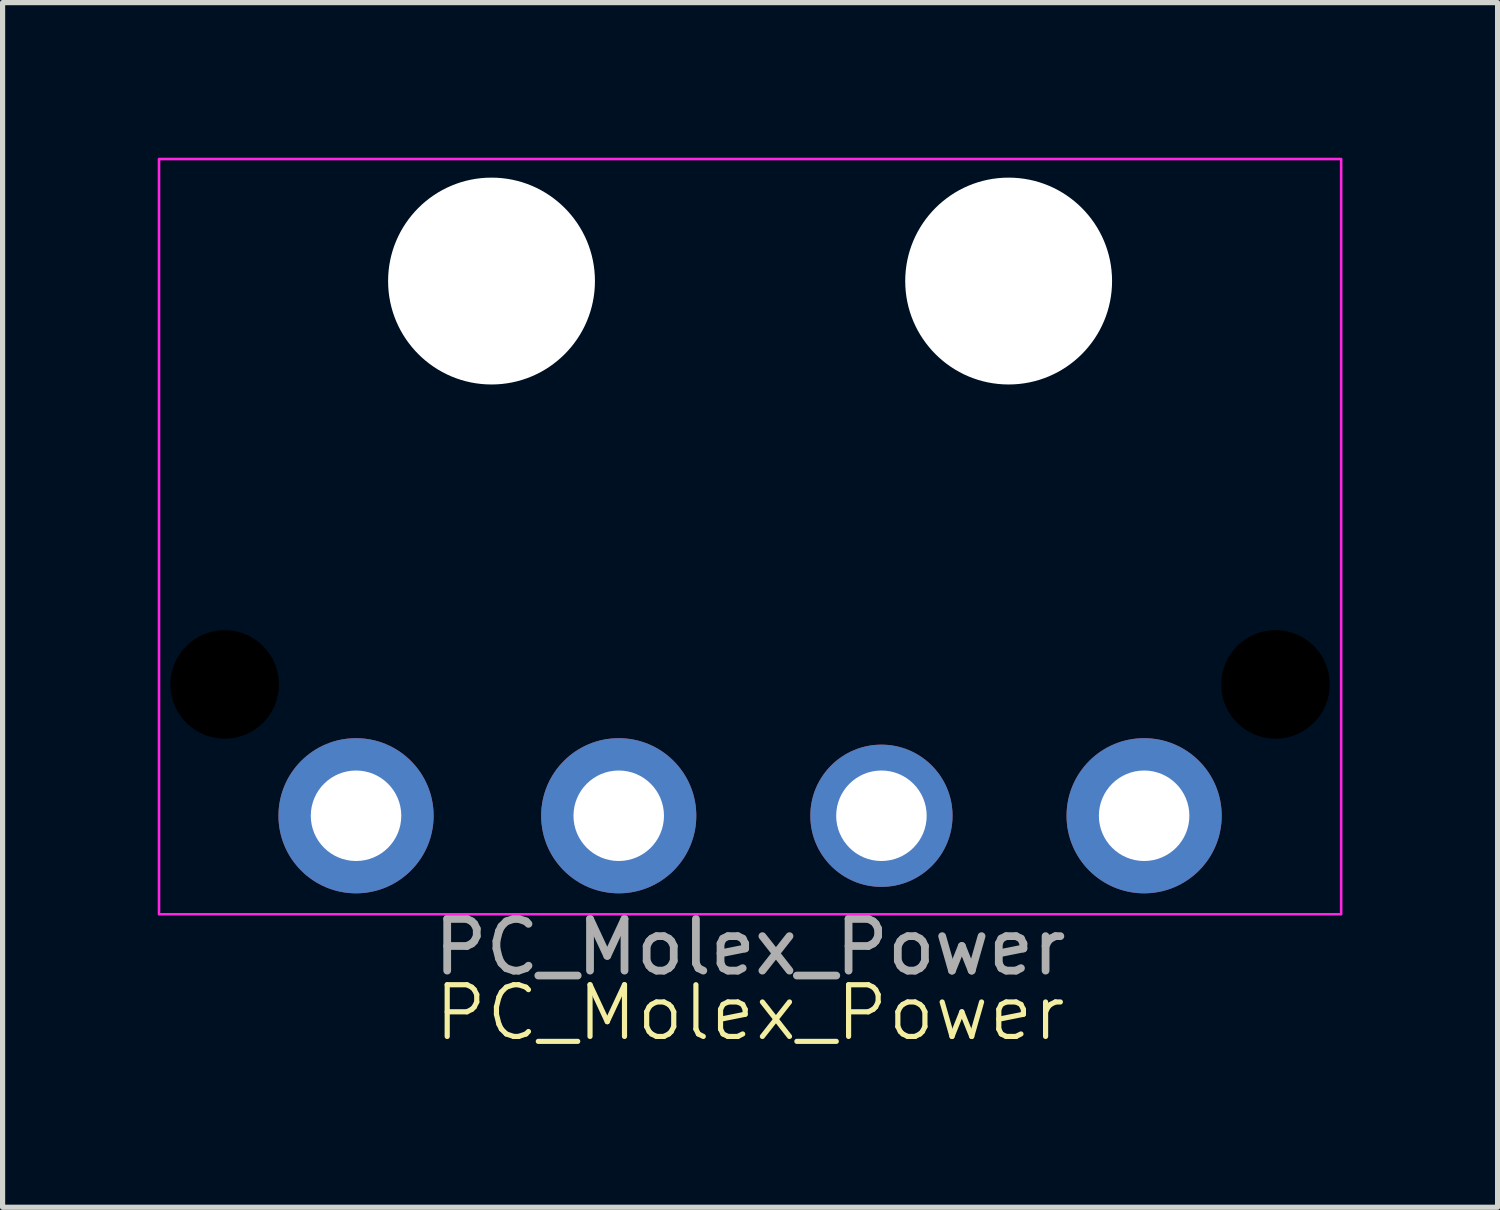
<source format=kicad_pcb>
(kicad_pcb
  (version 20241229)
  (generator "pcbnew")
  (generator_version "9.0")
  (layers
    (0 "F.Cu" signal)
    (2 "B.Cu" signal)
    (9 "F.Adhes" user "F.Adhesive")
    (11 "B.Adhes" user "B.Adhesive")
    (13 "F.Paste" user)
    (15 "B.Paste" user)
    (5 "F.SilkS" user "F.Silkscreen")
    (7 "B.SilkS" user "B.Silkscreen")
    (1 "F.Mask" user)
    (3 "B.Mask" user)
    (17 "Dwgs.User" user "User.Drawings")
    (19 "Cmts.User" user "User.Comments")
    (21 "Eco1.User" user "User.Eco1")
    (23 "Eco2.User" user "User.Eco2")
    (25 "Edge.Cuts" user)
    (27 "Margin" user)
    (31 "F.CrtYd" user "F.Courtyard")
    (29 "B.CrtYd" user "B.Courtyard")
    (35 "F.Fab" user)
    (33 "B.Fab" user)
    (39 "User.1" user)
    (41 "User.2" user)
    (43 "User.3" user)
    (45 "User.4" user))
  (footprint "PC_Molex_Power"
    (layer "F.Cu")
    (at 11.455 12.725)
    (property "Reference" "PC_Molex_Power" (at 0 3.81 0) (unlocked yes) (layer "F.SilkS") (effects (font (size 1 1) (thickness 0.1))))
    (attr through_hole)
    (fp_rect (start -11.43 -12.7) (end 11.43 1.905) (stroke (width 0.05) (type default)) (fill no) (layer "F.CrtYd"))
    (fp_text user "${REFERENCE}" (at 0 2.54 0) (unlocked yes) (layer "F.Fab") (effects (font (size 1 1) (thickness 0.15))))
    (pad "" np_thru_hole circle (at -10.16 -2.54) (size 2.1 2.1) (drill 2.1) (layers "*.Mask"))
    (pad "" np_thru_hole circle (at -5 -10.34) (size 4 4) (drill 4) (layers "*.Cu" "*.Mask"))
    (pad "" np_thru_hole circle (at 5 -10.34) (size 4 4) (drill 4) (layers "*.Cu" "*.Mask"))
    (pad "" np_thru_hole circle (at 10.16 -2.54) (size 2.1 2.1) (drill 2.1) (layers "*.Mask"))
    (pad "1" thru_hole circle (at 7.62 0) (size 3 3) (drill 1.75) (layers "*.Cu" "*.Mask"))
    (pad "2" thru_hole circle (at 2.54 0) (size 2.75 2.75) (drill 1.75) (layers "*.Cu" "*.Mask"))
    (pad "3" thru_hole circle (at -2.54 0) (size 3 3) (drill 1.75) (layers "*.Cu" "*.Mask"))
    (pad "4" thru_hole circle (at -7.62 0) (size 3 3) (drill 1.75) (layers "*.Cu" "*.Mask")))
  (gr_rect
    (start -3 -3)
    (end 25.91 20.296)
    (stroke (width 0.1) (type default))
    (fill no)
    (layer "Edge.Cuts")))
</source>
